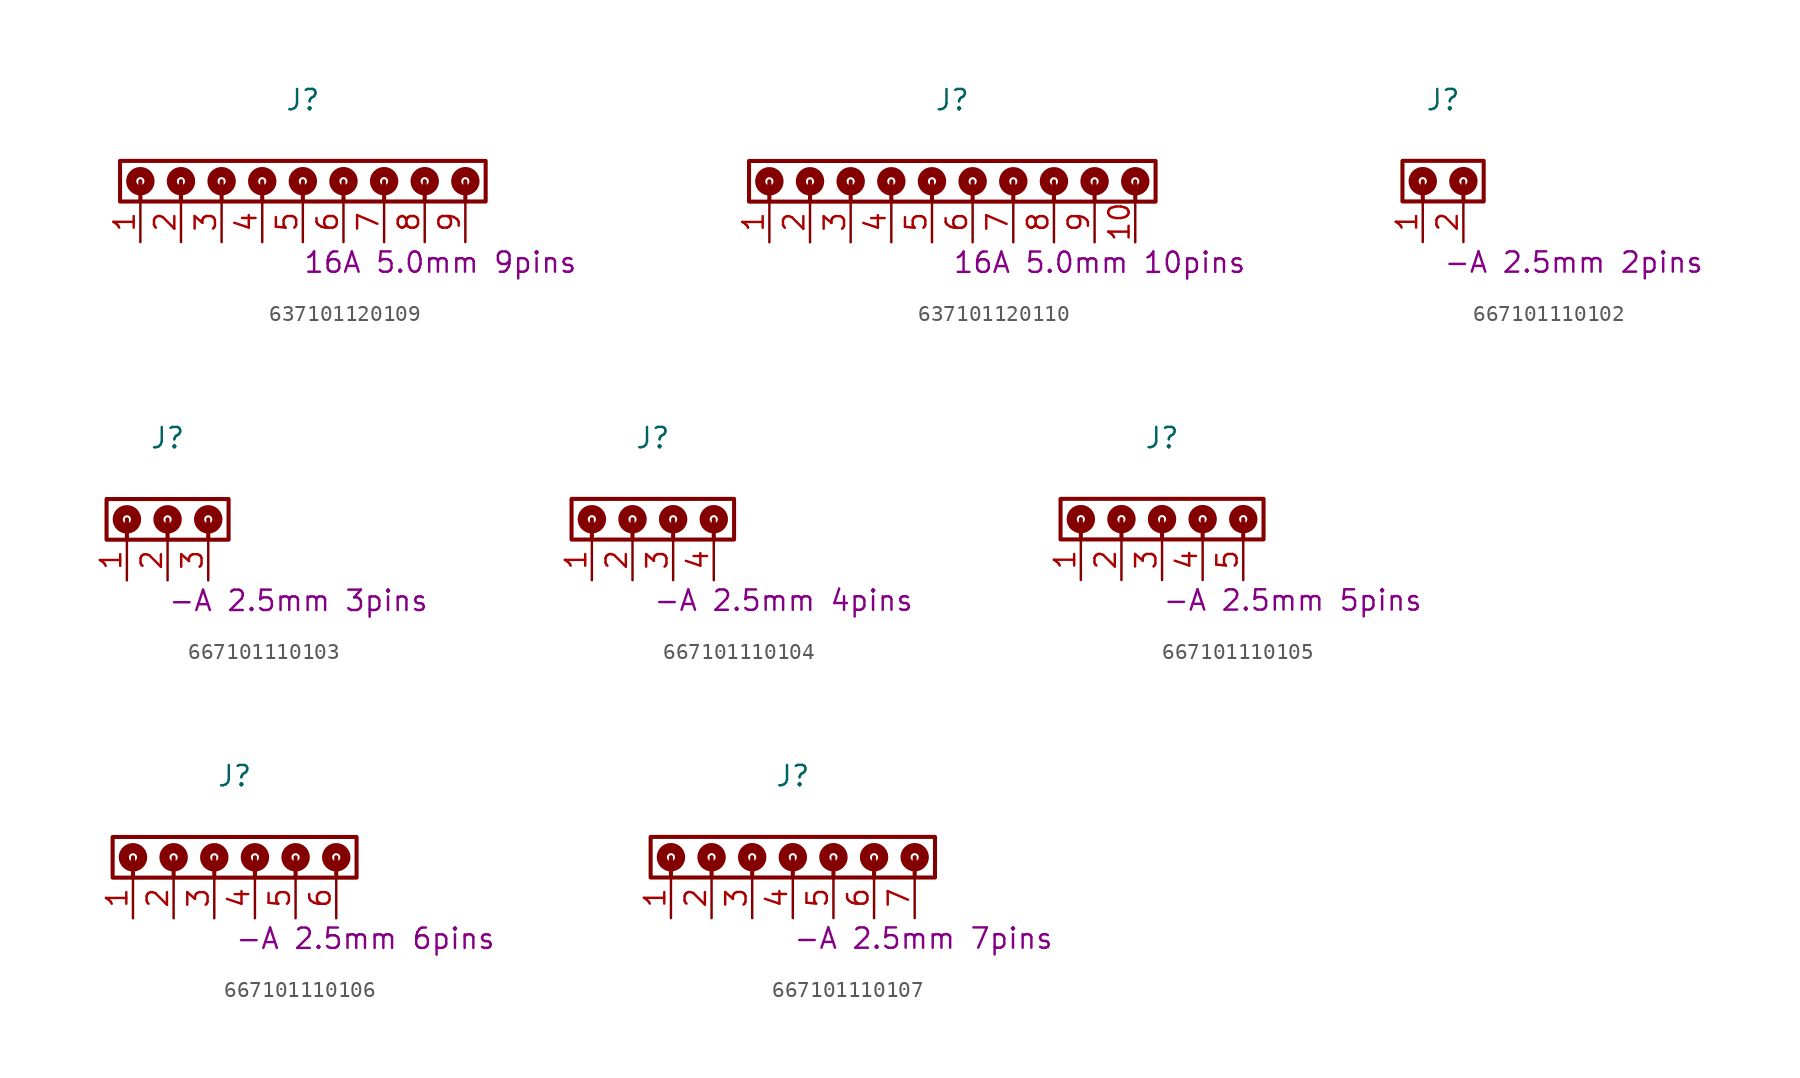
<source format=kicad_sym>
(kicad_symbol_lib
  (version 20220914)
  (generator kicad_symbol_editor)
  (symbol "637101120109"
    (pin_names hide)
    (property "Reference" "J"
      (at 0 5.08 0)
      (effects (font (size 1.27 1.27))))
    (property "Critical Parameter" "16A 5.0mm 9pins"
      (at 0 -5.08 0)
      (effects (font (size 1.27 1.27)) (justify left)))
    (symbol "637101120109_0_1"
      (rectangle (start -11.43 1.27) (end 11.43 -1.27) (stroke (width 0.254) (type default)) (fill (type none)))
      (circle (center -10.16 0) (radius 0.254) (stroke (width 0.635) (type default)) (fill (type none)))
      (polyline (pts (xy -10.16 0) (xy -10.16 -1.27)) (stroke (width 0.254) (type default)) (fill (type none)))
      (circle (center -7.62 0) (radius 0.254) (stroke (width 0.635) (type default)) (fill (type none)))
      (polyline (pts (xy -7.62 0) (xy -7.62 -1.27)) (stroke (width 0.254) (type default)) (fill (type none)))
      (circle (center -5.08 0) (radius 0.254) (stroke (width 0.635) (type default)) (fill (type none)))
      (polyline (pts (xy -5.08 0) (xy -5.08 -1.27)) (stroke (width 0.254) (type default)) (fill (type none)))
      (circle (center -2.54 0) (radius 0.254) (stroke (width 0.635) (type default)) (fill (type none)))
      (polyline (pts (xy -2.54 0) (xy -2.54 -1.27)) (stroke (width 0.254) (type default)) (fill (type none)))
      (circle (center 0.0 0) (radius 0.254) (stroke (width 0.635) (type default)) (fill (type none)))
      (polyline (pts (xy 0.0 0) (xy 0.0 -1.27)) (stroke (width 0.254) (type default)) (fill (type none)))
      (circle (center 2.54 0) (radius 0.254) (stroke (width 0.635) (type default)) (fill (type none)))
      (polyline (pts (xy 2.54 0) (xy 2.54 -1.27)) (stroke (width 0.254) (type default)) (fill (type none)))
      (circle (center 5.08 0) (radius 0.254) (stroke (width 0.635) (type default)) (fill (type none)))
      (polyline (pts (xy 5.08 0) (xy 5.08 -1.27)) (stroke (width 0.254) (type default)) (fill (type none)))
      (circle (center 7.62 0) (radius 0.254) (stroke (width 0.635) (type default)) (fill (type none)))
      (polyline (pts (xy 7.62 0) (xy 7.62 -1.27)) (stroke (width 0.254) (type default)) (fill (type none)))
      (circle (center 10.16 0) (radius 0.254) (stroke (width 0.635) (type default)) (fill (type none)))
      (polyline (pts (xy 10.16 0) (xy 10.16 -1.27)) (stroke (width 0.254) (type default)) (fill (type none))))
    (symbol "637101120109_1_1"
      (pin passive line (at -10.16 -3.81 90) (length 2.54) (name "1" (effects (font (size 1.27 1.27)))) (number "1" (effects (font (size 1.27 1.27)))))
      (pin passive line (at -10.16 -3.81 90) (length 2.54) hide (name "A1" (effects (font (size 1.27 1.27)))) (number "A1" (effects (font (size 1.27 1.27)))))
      (pin passive line (at -7.62 -3.81 90) (length 2.54) (name "2" (effects (font (size 1.27 1.27)))) (number "2" (effects (font (size 1.27 1.27)))))
      (pin passive line (at -7.62 -3.81 90) (length 2.54) hide (name "A2" (effects (font (size 1.27 1.27)))) (number "A2" (effects (font (size 1.27 1.27)))))
      (pin passive line (at -5.08 -3.81 90) (length 2.54) (name "3" (effects (font (size 1.27 1.27)))) (number "3" (effects (font (size 1.27 1.27)))))
      (pin passive line (at -5.08 -3.81 90) (length 2.54) hide (name "A3" (effects (font (size 1.27 1.27)))) (number "A3" (effects (font (size 1.27 1.27)))))
      (pin passive line (at -2.54 -3.81 90) (length 2.54) (name "4" (effects (font (size 1.27 1.27)))) (number "4" (effects (font (size 1.27 1.27)))))
      (pin passive line (at -2.54 -3.81 90) (length 2.54) hide (name "A4" (effects (font (size 1.27 1.27)))) (number "A4" (effects (font (size 1.27 1.27)))))
      (pin passive line (at 0.0 -3.81 90) (length 2.54) (name "5" (effects (font (size 1.27 1.27)))) (number "5" (effects (font (size 1.27 1.27)))))
      (pin passive line (at 0.0 -3.81 90) (length 2.54) hide (name "A5" (effects (font (size 1.27 1.27)))) (number "A5" (effects (font (size 1.27 1.27)))))
      (pin passive line (at 2.54 -3.81 90) (length 2.54) (name "6" (effects (font (size 1.27 1.27)))) (number "6" (effects (font (size 1.27 1.27)))))
      (pin passive line (at 2.54 -3.81 90) (length 2.54) hide (name "A6" (effects (font (size 1.27 1.27)))) (number "A6" (effects (font (size 1.27 1.27)))))
      (pin passive line (at 5.08 -3.81 90) (length 2.54) (name "7" (effects (font (size 1.27 1.27)))) (number "7" (effects (font (size 1.27 1.27)))))
      (pin passive line (at 5.08 -3.81 90) (length 2.54) hide (name "A7" (effects (font (size 1.27 1.27)))) (number "A7" (effects (font (size 1.27 1.27)))))
      (pin passive line (at 7.62 -3.81 90) (length 2.54) (name "8" (effects (font (size 1.27 1.27)))) (number "8" (effects (font (size 1.27 1.27)))))
      (pin passive line (at 7.62 -3.81 90) (length 2.54) hide (name "A8" (effects (font (size 1.27 1.27)))) (number "A8" (effects (font (size 1.27 1.27)))))
      (pin passive line (at 10.16 -3.81 90) (length 2.54) (name "9" (effects (font (size 1.27 1.27)))) (number "9" (effects (font (size 1.27 1.27)))))
      (pin passive line (at 10.16 -3.81 90) (length 2.54) hide (name "A9" (effects (font (size 1.27 1.27)))) (number "A9" (effects (font (size 1.27 1.27)))))))
  (symbol "637101120110"
    (pin_names hide)
    (property "Reference" "J"
      (at 0 5.08 0)
      (effects (font (size 1.27 1.27))))
    (property "Critical Parameter" "16A 5.0mm 10pins"
      (at 0 -5.08 0)
      (effects (font (size 1.27 1.27)) (justify left)))
    (symbol "637101120110_0_1"
      (rectangle (start -12.7 1.27) (end 12.7 -1.27) (stroke (width 0.254) (type default)) (fill (type none)))
      (circle (center -11.43 0) (radius 0.254) (stroke (width 0.635) (type default)) (fill (type none)))
      (polyline (pts (xy -11.43 0) (xy -11.43 -1.27)) (stroke (width 0.254) (type default)) (fill (type none)))
      (circle (center -8.89 0) (radius 0.254) (stroke (width 0.635) (type default)) (fill (type none)))
      (polyline (pts (xy -8.89 0) (xy -8.89 -1.27)) (stroke (width 0.254) (type default)) (fill (type none)))
      (circle (center -6.35 0) (radius 0.254) (stroke (width 0.635) (type default)) (fill (type none)))
      (polyline (pts (xy -6.35 0) (xy -6.35 -1.27)) (stroke (width 0.254) (type default)) (fill (type none)))
      (circle (center -3.81 0) (radius 0.254) (stroke (width 0.635) (type default)) (fill (type none)))
      (polyline (pts (xy -3.81 0) (xy -3.81 -1.27)) (stroke (width 0.254) (type default)) (fill (type none)))
      (circle (center -1.27 0) (radius 0.254) (stroke (width 0.635) (type default)) (fill (type none)))
      (polyline (pts (xy -1.27 0) (xy -1.27 -1.27)) (stroke (width 0.254) (type default)) (fill (type none)))
      (circle (center 1.27 0) (radius 0.254) (stroke (width 0.635) (type default)) (fill (type none)))
      (polyline (pts (xy 1.27 0) (xy 1.27 -1.27)) (stroke (width 0.254) (type default)) (fill (type none)))
      (circle (center 3.81 0) (radius 0.254) (stroke (width 0.635) (type default)) (fill (type none)))
      (polyline (pts (xy 3.81 0) (xy 3.81 -1.27)) (stroke (width 0.254) (type default)) (fill (type none)))
      (circle (center 6.35 0) (radius 0.254) (stroke (width 0.635) (type default)) (fill (type none)))
      (polyline (pts (xy 6.35 0) (xy 6.35 -1.27)) (stroke (width 0.254) (type default)) (fill (type none)))
      (circle (center 8.89 0) (radius 0.254) (stroke (width 0.635) (type default)) (fill (type none)))
      (polyline (pts (xy 8.89 0) (xy 8.89 -1.27)) (stroke (width 0.254) (type default)) (fill (type none)))
      (circle (center 11.43 0) (radius 0.254) (stroke (width 0.635) (type default)) (fill (type none)))
      (polyline (pts (xy 11.43 0) (xy 11.43 -1.27)) (stroke (width 0.254) (type default)) (fill (type none))))
    (symbol "637101120110_1_1"
      (pin passive line (at -11.43 -3.81 90) (length 2.54) (name "1" (effects (font (size 1.27 1.27)))) (number "1" (effects (font (size 1.27 1.27)))))
      (pin passive line (at -11.43 -3.81 90) (length 2.54) hide (name "A1" (effects (font (size 1.27 1.27)))) (number "A1" (effects (font (size 1.27 1.27)))))
      (pin passive line (at -8.89 -3.81 90) (length 2.54) (name "2" (effects (font (size 1.27 1.27)))) (number "2" (effects (font (size 1.27 1.27)))))
      (pin passive line (at -8.89 -3.81 90) (length 2.54) hide (name "A2" (effects (font (size 1.27 1.27)))) (number "A2" (effects (font (size 1.27 1.27)))))
      (pin passive line (at -6.35 -3.81 90) (length 2.54) (name "3" (effects (font (size 1.27 1.27)))) (number "3" (effects (font (size 1.27 1.27)))))
      (pin passive line (at -6.35 -3.81 90) (length 2.54) hide (name "A3" (effects (font (size 1.27 1.27)))) (number "A3" (effects (font (size 1.27 1.27)))))
      (pin passive line (at -3.81 -3.81 90) (length 2.54) (name "4" (effects (font (size 1.27 1.27)))) (number "4" (effects (font (size 1.27 1.27)))))
      (pin passive line (at -3.81 -3.81 90) (length 2.54) hide (name "A4" (effects (font (size 1.27 1.27)))) (number "A4" (effects (font (size 1.27 1.27)))))
      (pin passive line (at -1.27 -3.81 90) (length 2.54) (name "5" (effects (font (size 1.27 1.27)))) (number "5" (effects (font (size 1.27 1.27)))))
      (pin passive line (at -1.27 -3.81 90) (length 2.54) hide (name "A5" (effects (font (size 1.27 1.27)))) (number "A5" (effects (font (size 1.27 1.27)))))
      (pin passive line (at 1.27 -3.81 90) (length 2.54) (name "6" (effects (font (size 1.27 1.27)))) (number "6" (effects (font (size 1.27 1.27)))))
      (pin passive line (at 1.27 -3.81 90) (length 2.54) hide (name "A6" (effects (font (size 1.27 1.27)))) (number "A6" (effects (font (size 1.27 1.27)))))
      (pin passive line (at 3.81 -3.81 90) (length 2.54) (name "7" (effects (font (size 1.27 1.27)))) (number "7" (effects (font (size 1.27 1.27)))))
      (pin passive line (at 3.81 -3.81 90) (length 2.54) hide (name "A7" (effects (font (size 1.27 1.27)))) (number "A7" (effects (font (size 1.27 1.27)))))
      (pin passive line (at 6.35 -3.81 90) (length 2.54) (name "8" (effects (font (size 1.27 1.27)))) (number "8" (effects (font (size 1.27 1.27)))))
      (pin passive line (at 6.35 -3.81 90) (length 2.54) hide (name "A8" (effects (font (size 1.27 1.27)))) (number "A8" (effects (font (size 1.27 1.27)))))
      (pin passive line (at 8.89 -3.81 90) (length 2.54) (name "9" (effects (font (size 1.27 1.27)))) (number "9" (effects (font (size 1.27 1.27)))))
      (pin passive line (at 8.89 -3.81 90) (length 2.54) hide (name "A9" (effects (font (size 1.27 1.27)))) (number "A9" (effects (font (size 1.27 1.27)))))
      (pin passive line (at 11.43 -3.81 90) (length 2.54) (name "10" (effects (font (size 1.27 1.27)))) (number "10" (effects (font (size 1.27 1.27)))))
      (pin passive line (at 11.43 -3.81 90) (length 2.54) hide (name "A10" (effects (font (size 1.27 1.27)))) (number "A10" (effects (font (size 1.27 1.27)))))))
  (symbol "667101110102"
    (pin_names hide)
    (property "Reference" "J"
      (at 0 5.08 0)
      (effects (font (size 1.27 1.27))))
    (property "Critical Parameter" "-A 2.5mm 2pins"
      (at 0 -5.08 0)
      (effects (font (size 1.27 1.27)) (justify left)))
    (symbol "667101110102_0_1"
      (rectangle (start -2.54 1.27) (end 2.54 -1.27) (stroke (width 0.254) (type default)) (fill (type none)))
      (circle (center -1.27 0) (radius 0.254) (stroke (width 0.635) (type default)) (fill (type none)))
      (polyline (pts (xy -1.27 0) (xy -1.27 -1.27)) (stroke (width 0.254) (type default)) (fill (type none)))
      (circle (center 1.27 0) (radius 0.254) (stroke (width 0.635) (type default)) (fill (type none)))
      (polyline (pts (xy 1.27 0) (xy 1.27 -1.27)) (stroke (width 0.254) (type default)) (fill (type none))))
    (symbol "667101110102_1_1"
      (pin passive line (at -1.27 -3.81 90) (length 2.54) (name "1" (effects (font (size 1.27 1.27)))) (number "1" (effects (font (size 1.27 1.27)))))
      (pin passive line (at 1.27 -3.81 90) (length 2.54) (name "2" (effects (font (size 1.27 1.27)))) (number "2" (effects (font (size 1.27 1.27)))))))
  (symbol "667101110103"
    (pin_names hide)
    (property "Reference" "J"
      (at 0 5.08 0)
      (effects (font (size 1.27 1.27))))
    (property "Critical Parameter" "-A 2.5mm 3pins"
      (at 0 -5.08 0)
      (effects (font (size 1.27 1.27)) (justify left)))
    (symbol "667101110103_0_1"
      (rectangle (start -3.81 1.27) (end 3.81 -1.27) (stroke (width 0.254) (type default)) (fill (type none)))
      (circle (center -2.54 0) (radius 0.254) (stroke (width 0.635) (type default)) (fill (type none)))
      (polyline (pts (xy -2.54 0) (xy -2.54 -1.27)) (stroke (width 0.254) (type default)) (fill (type none)))
      (circle (center 0.0 0) (radius 0.254) (stroke (width 0.635) (type default)) (fill (type none)))
      (polyline (pts (xy 0.0 0) (xy 0.0 -1.27)) (stroke (width 0.254) (type default)) (fill (type none)))
      (circle (center 2.54 0) (radius 0.254) (stroke (width 0.635) (type default)) (fill (type none)))
      (polyline (pts (xy 2.54 0) (xy 2.54 -1.27)) (stroke (width 0.254) (type default)) (fill (type none))))
    (symbol "667101110103_1_1"
      (pin passive line (at -2.54 -3.81 90) (length 2.54) (name "1" (effects (font (size 1.27 1.27)))) (number "1" (effects (font (size 1.27 1.27)))))
      (pin passive line (at 0.0 -3.81 90) (length 2.54) (name "2" (effects (font (size 1.27 1.27)))) (number "2" (effects (font (size 1.27 1.27)))))
      (pin passive line (at 2.54 -3.81 90) (length 2.54) (name "3" (effects (font (size 1.27 1.27)))) (number "3" (effects (font (size 1.27 1.27)))))))
  (symbol "667101110104"
    (pin_names hide)
    (property "Reference" "J"
      (at 0 5.08 0)
      (effects (font (size 1.27 1.27))))
    (property "Critical Parameter" "-A 2.5mm 4pins"
      (at 0 -5.08 0)
      (effects (font (size 1.27 1.27)) (justify left)))
    (symbol "667101110104_0_1"
      (rectangle (start -5.08 1.27) (end 5.08 -1.27) (stroke (width 0.254) (type default)) (fill (type none)))
      (circle (center -3.81 0) (radius 0.254) (stroke (width 0.635) (type default)) (fill (type none)))
      (polyline (pts (xy -3.81 0) (xy -3.81 -1.27)) (stroke (width 0.254) (type default)) (fill (type none)))
      (circle (center -1.27 0) (radius 0.254) (stroke (width 0.635) (type default)) (fill (type none)))
      (polyline (pts (xy -1.27 0) (xy -1.27 -1.27)) (stroke (width 0.254) (type default)) (fill (type none)))
      (circle (center 1.27 0) (radius 0.254) (stroke (width 0.635) (type default)) (fill (type none)))
      (polyline (pts (xy 1.27 0) (xy 1.27 -1.27)) (stroke (width 0.254) (type default)) (fill (type none)))
      (circle (center 3.81 0) (radius 0.254) (stroke (width 0.635) (type default)) (fill (type none)))
      (polyline (pts (xy 3.81 0) (xy 3.81 -1.27)) (stroke (width 0.254) (type default)) (fill (type none))))
    (symbol "667101110104_1_1"
      (pin passive line (at -3.81 -3.81 90) (length 2.54) (name "1" (effects (font (size 1.27 1.27)))) (number "1" (effects (font (size 1.27 1.27)))))
      (pin passive line (at -1.27 -3.81 90) (length 2.54) (name "2" (effects (font (size 1.27 1.27)))) (number "2" (effects (font (size 1.27 1.27)))))
      (pin passive line (at 1.27 -3.81 90) (length 2.54) (name "3" (effects (font (size 1.27 1.27)))) (number "3" (effects (font (size 1.27 1.27)))))
      (pin passive line (at 3.81 -3.81 90) (length 2.54) (name "4" (effects (font (size 1.27 1.27)))) (number "4" (effects (font (size 1.27 1.27)))))))
  (symbol "667101110105"
    (pin_names hide)
    (property "Reference" "J"
      (at 0 5.08 0)
      (effects (font (size 1.27 1.27))))
    (property "Critical Parameter" "-A 2.5mm 5pins"
      (at 0 -5.08 0)
      (effects (font (size 1.27 1.27)) (justify left)))
    (symbol "667101110105_0_1"
      (rectangle (start -6.35 1.27) (end 6.35 -1.27) (stroke (width 0.254) (type default)) (fill (type none)))
      (circle (center -5.08 0) (radius 0.254) (stroke (width 0.635) (type default)) (fill (type none)))
      (polyline (pts (xy -5.08 0) (xy -5.08 -1.27)) (stroke (width 0.254) (type default)) (fill (type none)))
      (circle (center -2.54 0) (radius 0.254) (stroke (width 0.635) (type default)) (fill (type none)))
      (polyline (pts (xy -2.54 0) (xy -2.54 -1.27)) (stroke (width 0.254) (type default)) (fill (type none)))
      (circle (center 0.0 0) (radius 0.254) (stroke (width 0.635) (type default)) (fill (type none)))
      (polyline (pts (xy 0.0 0) (xy 0.0 -1.27)) (stroke (width 0.254) (type default)) (fill (type none)))
      (circle (center 2.54 0) (radius 0.254) (stroke (width 0.635) (type default)) (fill (type none)))
      (polyline (pts (xy 2.54 0) (xy 2.54 -1.27)) (stroke (width 0.254) (type default)) (fill (type none)))
      (circle (center 5.08 0) (radius 0.254) (stroke (width 0.635) (type default)) (fill (type none)))
      (polyline (pts (xy 5.08 0) (xy 5.08 -1.27)) (stroke (width 0.254) (type default)) (fill (type none))))
    (symbol "667101110105_1_1"
      (pin passive line (at -5.08 -3.81 90) (length 2.54) (name "1" (effects (font (size 1.27 1.27)))) (number "1" (effects (font (size 1.27 1.27)))))
      (pin passive line (at -2.54 -3.81 90) (length 2.54) (name "2" (effects (font (size 1.27 1.27)))) (number "2" (effects (font (size 1.27 1.27)))))
      (pin passive line (at 0.0 -3.81 90) (length 2.54) (name "3" (effects (font (size 1.27 1.27)))) (number "3" (effects (font (size 1.27 1.27)))))
      (pin passive line (at 2.54 -3.81 90) (length 2.54) (name "4" (effects (font (size 1.27 1.27)))) (number "4" (effects (font (size 1.27 1.27)))))
      (pin passive line (at 5.08 -3.81 90) (length 2.54) (name "5" (effects (font (size 1.27 1.27)))) (number "5" (effects (font (size 1.27 1.27)))))))
  (symbol "667101110106"
    (pin_names hide)
    (property "Reference" "J"
      (at 0 5.08 0)
      (effects (font (size 1.27 1.27))))
    (property "Critical Parameter" "-A 2.5mm 6pins"
      (at 0 -5.08 0)
      (effects (font (size 1.27 1.27)) (justify left)))
    (symbol "667101110106_0_1"
      (rectangle (start -7.62 1.27) (end 7.62 -1.27) (stroke (width 0.254) (type default)) (fill (type none)))
      (circle (center -6.35 0) (radius 0.254) (stroke (width 0.635) (type default)) (fill (type none)))
      (polyline (pts (xy -6.35 0) (xy -6.35 -1.27)) (stroke (width 0.254) (type default)) (fill (type none)))
      (circle (center -3.81 0) (radius 0.254) (stroke (width 0.635) (type default)) (fill (type none)))
      (polyline (pts (xy -3.81 0) (xy -3.81 -1.27)) (stroke (width 0.254) (type default)) (fill (type none)))
      (circle (center -1.27 0) (radius 0.254) (stroke (width 0.635) (type default)) (fill (type none)))
      (polyline (pts (xy -1.27 0) (xy -1.27 -1.27)) (stroke (width 0.254) (type default)) (fill (type none)))
      (circle (center 1.27 0) (radius 0.254) (stroke (width 0.635) (type default)) (fill (type none)))
      (polyline (pts (xy 1.27 0) (xy 1.27 -1.27)) (stroke (width 0.254) (type default)) (fill (type none)))
      (circle (center 3.81 0) (radius 0.254) (stroke (width 0.635) (type default)) (fill (type none)))
      (polyline (pts (xy 3.81 0) (xy 3.81 -1.27)) (stroke (width 0.254) (type default)) (fill (type none)))
      (circle (center 6.35 0) (radius 0.254) (stroke (width 0.635) (type default)) (fill (type none)))
      (polyline (pts (xy 6.35 0) (xy 6.35 -1.27)) (stroke (width 0.254) (type default)) (fill (type none))))
    (symbol "667101110106_1_1"
      (pin passive line (at -6.35 -3.81 90) (length 2.54) (name "1" (effects (font (size 1.27 1.27)))) (number "1" (effects (font (size 1.27 1.27)))))
      (pin passive line (at -3.81 -3.81 90) (length 2.54) (name "2" (effects (font (size 1.27 1.27)))) (number "2" (effects (font (size 1.27 1.27)))))
      (pin passive line (at -1.27 -3.81 90) (length 2.54) (name "3" (effects (font (size 1.27 1.27)))) (number "3" (effects (font (size 1.27 1.27)))))
      (pin passive line (at 1.27 -3.81 90) (length 2.54) (name "4" (effects (font (size 1.27 1.27)))) (number "4" (effects (font (size 1.27 1.27)))))
      (pin passive line (at 3.81 -3.81 90) (length 2.54) (name "5" (effects (font (size 1.27 1.27)))) (number "5" (effects (font (size 1.27 1.27)))))
      (pin passive line (at 6.35 -3.81 90) (length 2.54) (name "6" (effects (font (size 1.27 1.27)))) (number "6" (effects (font (size 1.27 1.27)))))))
  (symbol "667101110107"
    (pin_names hide)
    (property "Reference" "J"
      (at 0 5.08 0)
      (effects (font (size 1.27 1.27))))
    (property "Critical Parameter" "-A 2.5mm 7pins"
      (at 0 -5.08 0)
      (effects (font (size 1.27 1.27)) (justify left)))
    (symbol "667101110107_0_1"
      (rectangle (start -8.89 1.27) (end 8.89 -1.27) (stroke (width 0.254) (type default)) (fill (type none)))
      (circle (center -7.62 0) (radius 0.254) (stroke (width 0.635) (type default)) (fill (type none)))
      (polyline (pts (xy -7.62 0) (xy -7.62 -1.27)) (stroke (width 0.254) (type default)) (fill (type none)))
      (circle (center -5.08 0) (radius 0.254) (stroke (width 0.635) (type default)) (fill (type none)))
      (polyline (pts (xy -5.08 0) (xy -5.08 -1.27)) (stroke (width 0.254) (type default)) (fill (type none)))
      (circle (center -2.54 0) (radius 0.254) (stroke (width 0.635) (type default)) (fill (type none)))
      (polyline (pts (xy -2.54 0) (xy -2.54 -1.27)) (stroke (width 0.254) (type default)) (fill (type none)))
      (circle (center 0.0 0) (radius 0.254) (stroke (width 0.635) (type default)) (fill (type none)))
      (polyline (pts (xy 0.0 0) (xy 0.0 -1.27)) (stroke (width 0.254) (type default)) (fill (type none)))
      (circle (center 2.54 0) (radius 0.254) (stroke (width 0.635) (type default)) (fill (type none)))
      (polyline (pts (xy 2.54 0) (xy 2.54 -1.27)) (stroke (width 0.254) (type default)) (fill (type none)))
      (circle (center 5.08 0) (radius 0.254) (stroke (width 0.635) (type default)) (fill (type none)))
      (polyline (pts (xy 5.08 0) (xy 5.08 -1.27)) (stroke (width 0.254) (type default)) (fill (type none)))
      (circle (center 7.62 0) (radius 0.254) (stroke (width 0.635) (type default)) (fill (type none)))
      (polyline (pts (xy 7.62 0) (xy 7.62 -1.27)) (stroke (width 0.254) (type default)) (fill (type none))))
    (symbol "667101110107_1_1"
      (pin passive line (at -7.62 -3.81 90) (length 2.54) (name "1" (effects (font (size 1.27 1.27)))) (number "1" (effects (font (size 1.27 1.27)))))
      (pin passive line (at -5.08 -3.81 90) (length 2.54) (name "2" (effects (font (size 1.27 1.27)))) (number "2" (effects (font (size 1.27 1.27)))))
      (pin passive line (at -2.54 -3.81 90) (length 2.54) (name "3" (effects (font (size 1.27 1.27)))) (number "3" (effects (font (size 1.27 1.27)))))
      (pin passive line (at 0.0 -3.81 90) (length 2.54) (name "4" (effects (font (size 1.27 1.27)))) (number "4" (effects (font (size 1.27 1.27)))))
      (pin passive line (at 2.54 -3.81 90) (length 2.54) (name "5" (effects (font (size 1.27 1.27)))) (number "5" (effects (font (size 1.27 1.27)))))
      (pin passive line (at 5.08 -3.81 90) (length 2.54) (name "6" (effects (font (size 1.27 1.27)))) (number "6" (effects (font (size 1.27 1.27)))))
      (pin passive line (at 7.62 -3.81 90) (length 2.54) (name "7" (effects (font (size 1.27 1.27)))) (number "7" (effects (font (size 1.27 1.27))))))))
</source>
